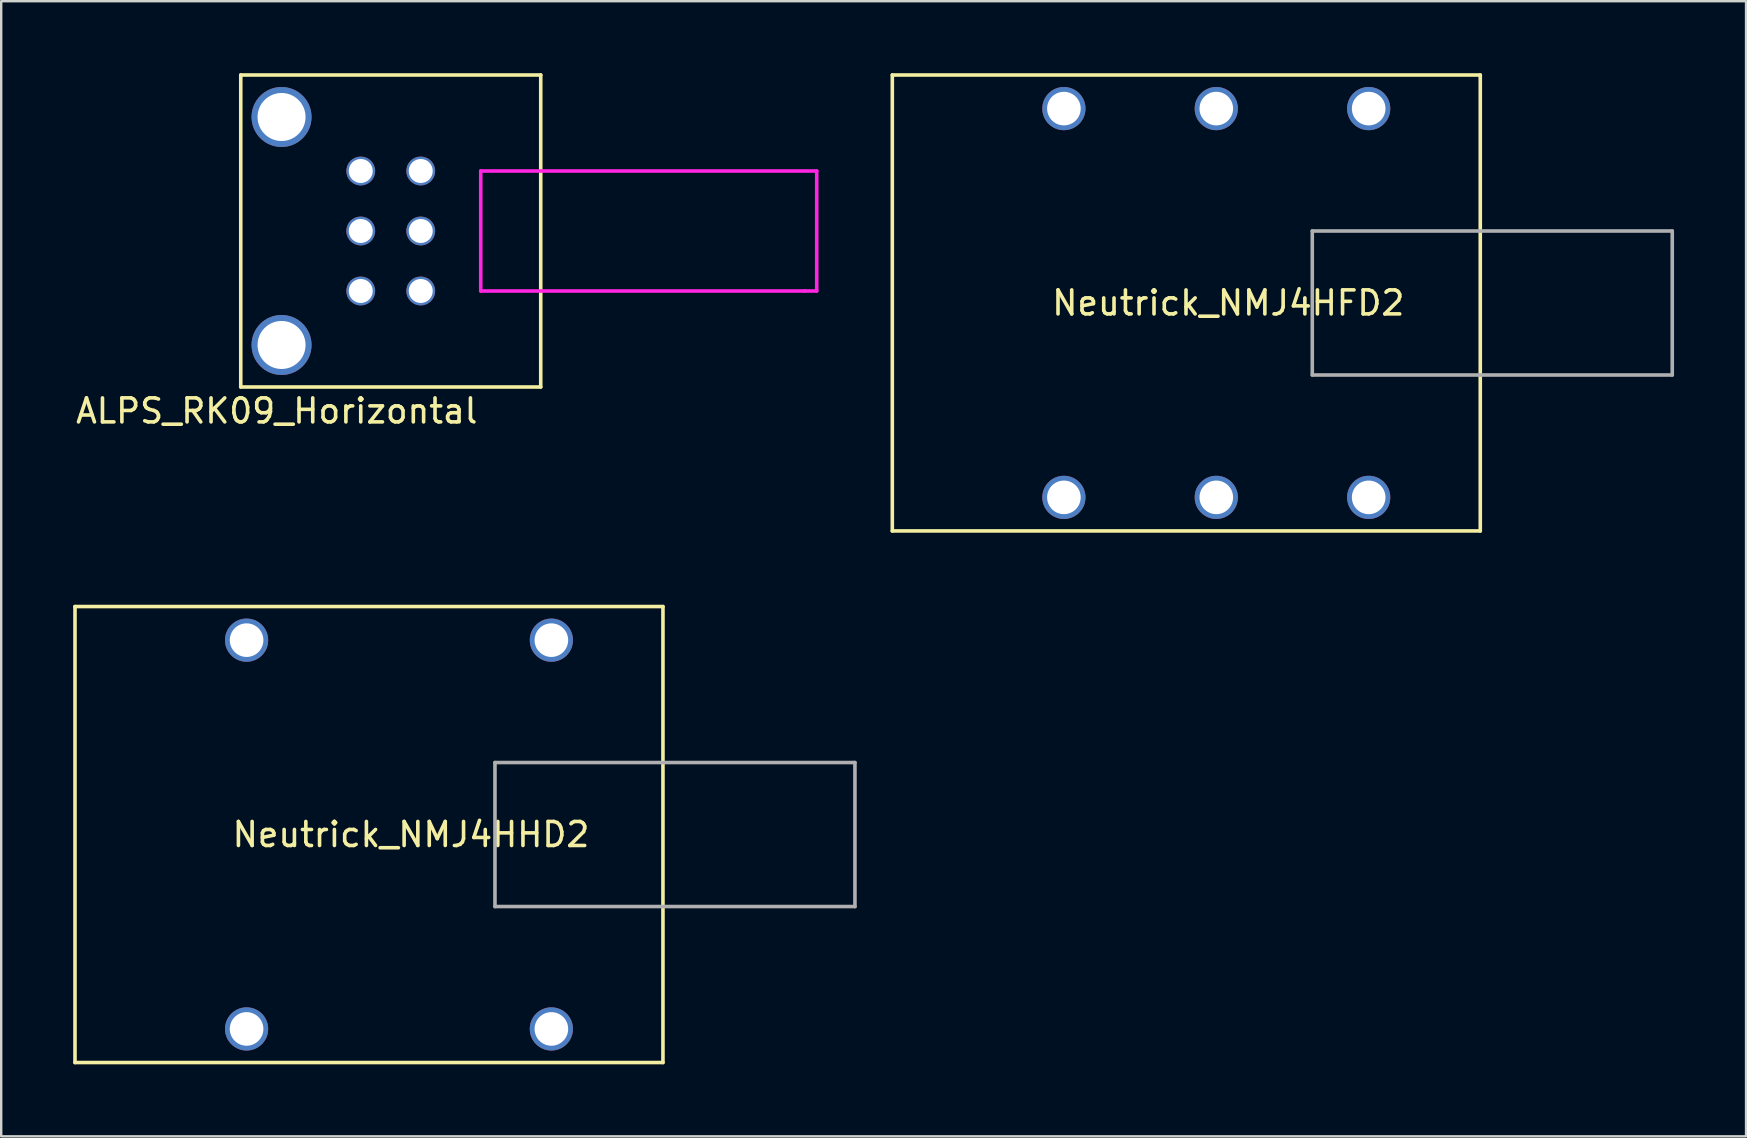
<source format=kicad_pcb>
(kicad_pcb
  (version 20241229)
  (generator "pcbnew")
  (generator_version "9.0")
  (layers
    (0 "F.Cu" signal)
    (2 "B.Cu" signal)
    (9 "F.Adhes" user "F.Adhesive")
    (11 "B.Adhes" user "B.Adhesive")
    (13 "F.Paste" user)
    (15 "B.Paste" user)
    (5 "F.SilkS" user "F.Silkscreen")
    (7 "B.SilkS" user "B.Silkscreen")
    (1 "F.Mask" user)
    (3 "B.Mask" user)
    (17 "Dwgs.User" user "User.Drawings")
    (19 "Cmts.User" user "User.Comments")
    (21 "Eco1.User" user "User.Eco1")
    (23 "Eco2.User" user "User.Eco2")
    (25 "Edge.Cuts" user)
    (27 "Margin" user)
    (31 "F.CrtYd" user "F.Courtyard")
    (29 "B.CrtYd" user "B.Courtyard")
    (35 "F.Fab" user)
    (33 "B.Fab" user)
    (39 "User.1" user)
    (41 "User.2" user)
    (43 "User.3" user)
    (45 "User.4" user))
  (footprint "ALPS_RK09_Horizontal"
    (layer "F.Cu")
    (at 11.982 6.575)
    (property "Reference" "ALPS_RK09_Horizontal" (at -3.5 7.5 0) (layer "F.SilkS") (effects (font (size 1 1) (thickness 0.15))))
    (attr through_hole)
    (fp_line (start -5 -6.5) (end 7.5 -6.5) (stroke (width 0.15) (type solid)) (layer "F.SilkS"))
    (fp_line (start -5 6.5) (end -5 -6.5) (stroke (width 0.15) (type solid)) (layer "F.SilkS"))
    (fp_line (start 7.5 -6.5) (end 7.5 6.5) (stroke (width 0.15) (type solid)) (layer "F.SilkS"))
    (fp_line (start 7.5 6.5) (end -5 6.5) (stroke (width 0.15) (type solid)) (layer "F.SilkS"))
    (fp_line (start 5 -2.5) (end 5 2.5) (stroke (width 0.15) (type solid)) (layer "F.CrtYd"))
    (fp_line (start 5 2.5) (end 18.5 2.5) (stroke (width 0.15) (type solid)) (layer "F.CrtYd"))
    (fp_line (start 18.5 2.5) (end 19 2.5) (stroke (width 0.15) (type solid)) (layer "F.CrtYd"))
    (fp_line (start 19 -2.5) (end 5 -2.5) (stroke (width 0.15) (type solid)) (layer "F.CrtYd"))
    (fp_line (start 19 2.5) (end 19 -2.5) (stroke (width 0.15) (type solid)) (layer "F.CrtYd"))
    (pad "" thru_hole circle (at -3.3 -4.75) (size 2.5 2.5) (drill 2) (layers "*.Cu" "*.Mask"))
    (pad "" thru_hole circle (at -3.3 4.75) (size 2.5 2.5) (drill 2) (layers "*.Cu" "*.Mask"))
    (pad "1" thru_hole circle (at 0 -2.5) (size 1.2 1.2) (drill 1) (layers "*.Cu" "*.Mask"))
    (pad "2" thru_hole circle (at 0 0) (size 1.2 1.2) (drill 1) (layers "*.Cu" "*.Mask"))
    (pad "3" thru_hole circle (at 0 2.5) (size 1.2 1.2) (drill 1) (layers "*.Cu" "*.Mask"))
    (pad "4" thru_hole circle (at 2.5 -2.5) (size 1.2 1.2) (drill 1) (layers "*.Cu" "*.Mask"))
    (pad "5" thru_hole circle (at 2.5 0) (size 1.2 1.2) (drill 1) (layers "*.Cu" "*.Mask"))
    (pad "6" thru_hole circle (at 2.5 2.5) (size 1.2 1.2) (drill 1) (layers "*.Cu" "*.Mask")))
  (footprint "Neutrick_NMJ4HHD2"
    (layer "F.Cu")
    (at 13.575 31.725)
    (property "Reference" "Neutrick_NMJ4HHD2" (at 0.5 0 0) (layer "F.SilkS") (effects (font (size 1 1) (thickness 0.15))))
    (attr through_hole)
    (fp_line (start -13.5 -9.5) (end 11 -9.5) (stroke (width 0.15) (type solid)) (layer "F.SilkS"))
    (fp_line (start -13.5 9.5) (end -13.5 -9.5) (stroke (width 0.15) (type solid)) (layer "F.SilkS"))
    (fp_line (start 11 -9.5) (end 11 9.5) (stroke (width 0.15) (type solid)) (layer "F.SilkS"))
    (fp_line (start 11 9.5) (end -13.5 9.5) (stroke (width 0.15) (type solid)) (layer "F.SilkS"))
    (fp_line (start 4 -3) (end 19 -3) (stroke (width 0.15) (type solid)) (layer "F.Fab"))
    (fp_line (start 4 3) (end 4 -3) (stroke (width 0.15) (type solid)) (layer "F.Fab"))
    (fp_line (start 19 -3) (end 19 3) (stroke (width 0.15) (type solid)) (layer "F.Fab"))
    (fp_line (start 19 3) (end 4 3) (stroke (width 0.15) (type solid)) (layer "F.Fab"))
    (pad "1" thru_hole circle (at -6.35 -8.1) (size 1.8 1.8) (drill 1.4) (layers "*.Cu" "*.Mask"))
    (pad "2" thru_hole circle (at -6.35 8.1) (size 1.8 1.8) (drill 1.4) (layers "*.Cu" "*.Mask"))
    (pad "3" thru_hole circle (at 6.35 -8.1) (size 1.8 1.8) (drill 1.4) (layers "*.Cu" "*.Mask"))
    (pad "3" thru_hole circle (at 6.35 8.1) (size 1.8 1.8) (drill 1.4) (layers "*.Cu" "*.Mask")))
  (footprint "Neutrick_NMJ4HFD2"
    (layer "F.Cu")
    (at 47.632 9.575)
    (property "Reference" "Neutrick_NMJ4HFD2" (at 0.5 0 0) (layer "F.SilkS") (effects (font (size 1 1) (thickness 0.15))))
    (attr through_hole)
    (fp_line (start -13.5 -9.5) (end 11 -9.5) (stroke (width 0.15) (type solid)) (layer "F.SilkS"))
    (fp_line (start -13.5 9.5) (end -13.5 -9.5) (stroke (width 0.15) (type solid)) (layer "F.SilkS"))
    (fp_line (start 11 -9.5) (end 11 9.5) (stroke (width 0.15) (type solid)) (layer "F.SilkS"))
    (fp_line (start 11 9.5) (end -13.5 9.5) (stroke (width 0.15) (type solid)) (layer "F.SilkS"))
    (fp_line (start 4 -3) (end 19 -3) (stroke (width 0.15) (type solid)) (layer "F.Fab"))
    (fp_line (start 4 3) (end 4 -3) (stroke (width 0.15) (type solid)) (layer "F.Fab"))
    (fp_line (start 19 -3) (end 19 3) (stroke (width 0.15) (type solid)) (layer "F.Fab"))
    (fp_line (start 19 3) (end 4 3) (stroke (width 0.15) (type solid)) (layer "F.Fab"))
    (pad "1" thru_hole circle (at 6.35 -8.1) (size 1.8 1.8) (drill 1.4) (layers "*.Cu" "*.Mask"))
    (pad "2" thru_hole circle (at -6.35 -8.1) (size 1.8 1.8) (drill 1.4) (layers "*.Cu" "*.Mask"))
    (pad "3" thru_hole circle (at 0 -8.1) (size 1.8 1.8) (drill 1.4) (layers "*.Cu" "*.Mask"))
    (pad "4" thru_hole circle (at 6.35 8.1) (size 1.8 1.8) (drill 1.4) (layers "*.Cu" "*.Mask"))
    (pad "5" thru_hole circle (at -6.35 8.1) (size 1.8 1.8) (drill 1.4) (layers "*.Cu" "*.Mask"))
    (pad "6" thru_hole circle (at 0 8.1) (size 1.8 1.8) (drill 1.4) (layers "*.Cu" "*.Mask")))
  (gr_rect
    (start -3 -3)
    (end 69.707 44.3)
    (stroke (width 0.1) (type default))
    (fill no)
    (layer "Edge.Cuts")))
</source>
